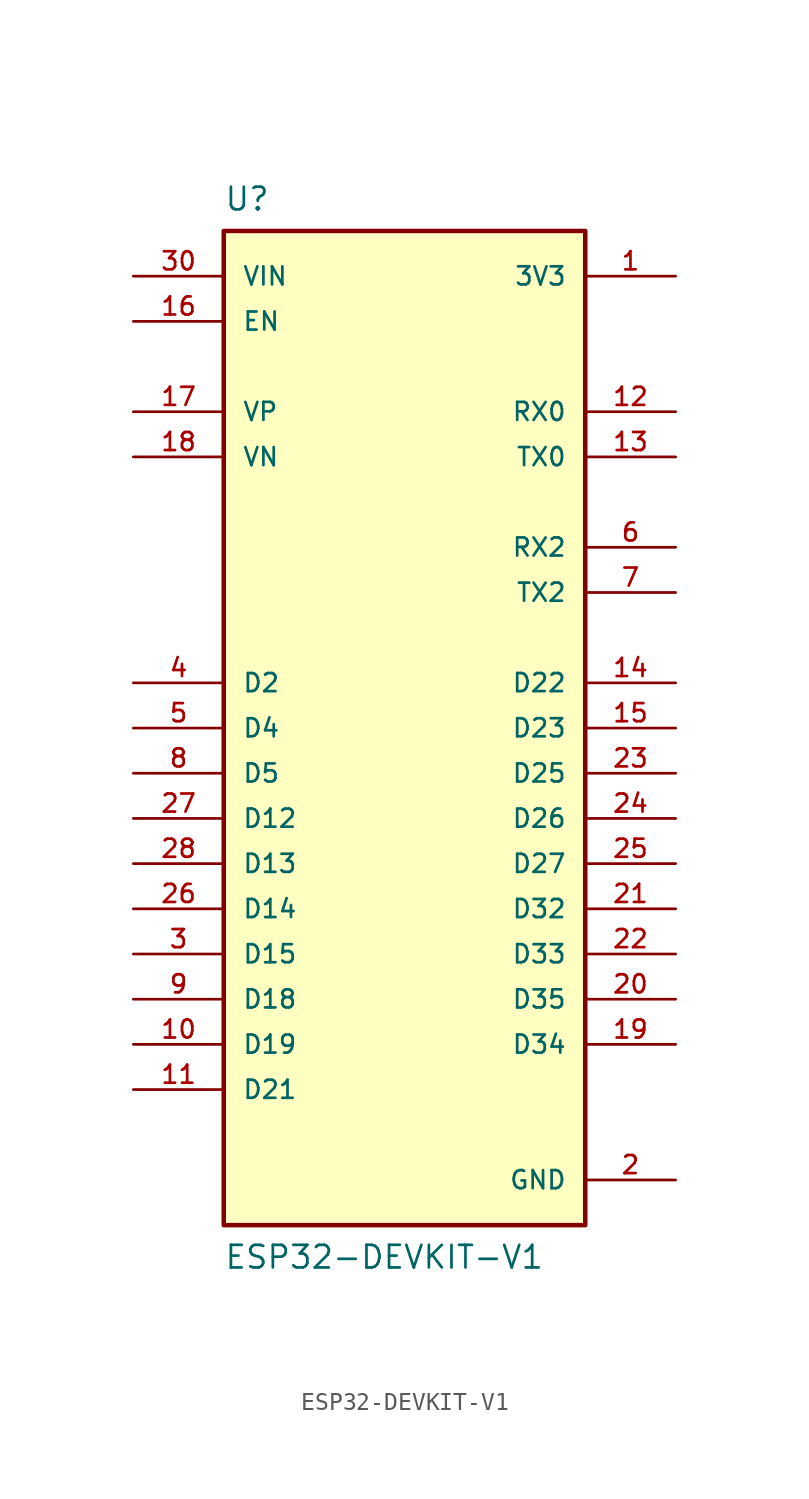
<source format=kicad_sym>
(kicad_symbol_lib
  (version 20241209)
  (generator "kicad_symbol_editor")
  (generator_version "9.0")
  (symbol "ESP32-DEVKIT-V1"
    (pin_names
      (offset 1.016))
    (property "Reference" "U"
      (at -10.16 30.48 0)
      (effects (font (size 1.27 1.27)) (justify left top)))
    (property "Value" "ESP32-DEVKIT-V1"
      (at -10.16 -30.48 0)
      (effects (font (size 1.27 1.27)) (justify left bottom)))
    (symbol "ESP32-DEVKIT-V1_0_0"
      (rectangle (start -10.16 -27.94) (end 10.16 27.94) (stroke (width 0.254) (type default)) (fill (type background)))
      (pin input line (at -15.24 25.4 0) (length 5.08) (name "VIN" (effects (font (size 1.016 1.016)))) (number "30" (effects (font (size 1.016 1.016)))))
      (pin input line (at -15.24 22.86 0) (length 5.08) (name "EN" (effects (font (size 1.016 1.016)))) (number "16" (effects (font (size 1.016 1.016)))))
      (pin bidirectional line (at -15.24 17.78 0) (length 5.08) (name "VP" (effects (font (size 1.016 1.016)))) (number "17" (effects (font (size 1.016 1.016)))))
      (pin bidirectional line (at -15.24 15.24 0) (length 5.08) (name "VN" (effects (font (size 1.016 1.016)))) (number "18" (effects (font (size 1.016 1.016)))))
      (pin bidirectional line (at -15.24 2.54 0) (length 5.08) (name "D2" (effects (font (size 1.016 1.016)))) (number "4" (effects (font (size 1.016 1.016)))))
      (pin bidirectional line (at -15.24 0 0) (length 5.08) (name "D4" (effects (font (size 1.016 1.016)))) (number "5" (effects (font (size 1.016 1.016)))))
      (pin bidirectional line (at -15.24 -2.54 0) (length 5.08) (name "D5" (effects (font (size 1.016 1.016)))) (number "8" (effects (font (size 1.016 1.016)))))
      (pin bidirectional line (at -15.24 -5.08 0) (length 5.08) (name "D12" (effects (font (size 1.016 1.016)))) (number "27" (effects (font (size 1.016 1.016)))))
      (pin bidirectional line (at -15.24 -7.62 0) (length 5.08) (name "D13" (effects (font (size 1.016 1.016)))) (number "28" (effects (font (size 1.016 1.016)))))
      (pin bidirectional line (at -15.24 -10.16 0) (length 5.08) (name "D14" (effects (font (size 1.016 1.016)))) (number "26" (effects (font (size 1.016 1.016)))))
      (pin bidirectional line (at -15.24 -12.7 0) (length 5.08) (name "D15" (effects (font (size 1.016 1.016)))) (number "3" (effects (font (size 1.016 1.016)))))
      (pin bidirectional line (at -15.24 -15.24 0) (length 5.08) (name "D18" (effects (font (size 1.016 1.016)))) (number "9" (effects (font (size 1.016 1.016)))))
      (pin bidirectional line (at -15.24 -17.78 0) (length 5.08) (name "D19" (effects (font (size 1.016 1.016)))) (number "10" (effects (font (size 1.016 1.016)))))
      (pin bidirectional line (at -15.24 -20.32 0) (length 5.08) (name "D21" (effects (font (size 1.016 1.016)))) (number "11" (effects (font (size 1.016 1.016)))))
      (pin input line (at 15.24 17.78 180) (length 5.08) (name "RX0" (effects (font (size 1.016 1.016)))) (number "12" (effects (font (size 1.016 1.016)))))
      (pin output line (at 15.24 15.24 180) (length 5.08) (name "TX0" (effects (font (size 1.016 1.016)))) (number "13" (effects (font (size 1.016 1.016)))))
      (pin input line (at 15.24 10.16 180) (length 5.08) (name "RX2" (effects (font (size 1.016 1.016)))) (number "6" (effects (font (size 1.016 1.016)))))
      (pin output line (at 15.24 7.62 180) (length 5.08) (name "TX2" (effects (font (size 1.016 1.016)))) (number "7" (effects (font (size 1.016 1.016)))))
      (pin bidirectional line (at 15.24 2.54 180) (length 5.08) (name "D22" (effects (font (size 1.016 1.016)))) (number "14" (effects (font (size 1.016 1.016)))))
      (pin bidirectional line (at 15.24 0 180) (length 5.08) (name "D23" (effects (font (size 1.016 1.016)))) (number "15" (effects (font (size 1.016 1.016)))))
      (pin bidirectional line (at 15.24 -2.54 180) (length 5.08) (name "D25" (effects (font (size 1.016 1.016)))) (number "23" (effects (font (size 1.016 1.016)))))
      (pin bidirectional line (at 15.24 -5.08 180) (length 5.08) (name "D26" (effects (font (size 1.016 1.016)))) (number "24" (effects (font (size 1.016 1.016)))))
      (pin bidirectional line (at 15.24 -7.62 180) (length 5.08) (name "D27" (effects (font (size 1.016 1.016)))) (number "25" (effects (font (size 1.016 1.016)))))
      (pin bidirectional line (at 15.24 -10.16 180) (length 5.08) (name "D32" (effects (font (size 1.016 1.016)))) (number "21" (effects (font (size 1.016 1.016)))))
      (pin bidirectional line (at 15.24 -12.7 180) (length 5.08) (name "D33" (effects (font (size 1.016 1.016)))) (number "22" (effects (font (size 1.016 1.016)))))
      (pin bidirectional line (at 15.24 -15.24 180) (length 5.08) (name "D35" (effects (font (size 1.016 1.016)))) (number "20" (effects (font (size 1.016 1.016)))))
      (pin bidirectional line (at 15.24 -17.78 180) (length 5.08) (name "D34" (effects (font (size 1.016 1.016)))) (number "19" (effects (font (size 1.016 1.016)))))
      (pin power_in line (at 15.24 -25.4 180) (length 5.08) (name "GND" (effects (font (size 1.016 1.016)))) (number "2" (effects (font (size 1.016 1.016)))))
      (pin power_in line (at 15.24 -25.4 180) (length 5.08) (hide yes) (name "GND" (effects (font (size 1.016 1.016)))) (number "29" (effects (font (size 1.016 1.016))))))
    (symbol "ESP32-DEVKIT-V1_1_0"
      (pin power_out line (at 15.24 25.4 180) (length 5.08) (name "3V3" (effects (font (size 1.016 1.016)))) (number "1" (effects (font (size 1.016 1.016))))))))
</source>
